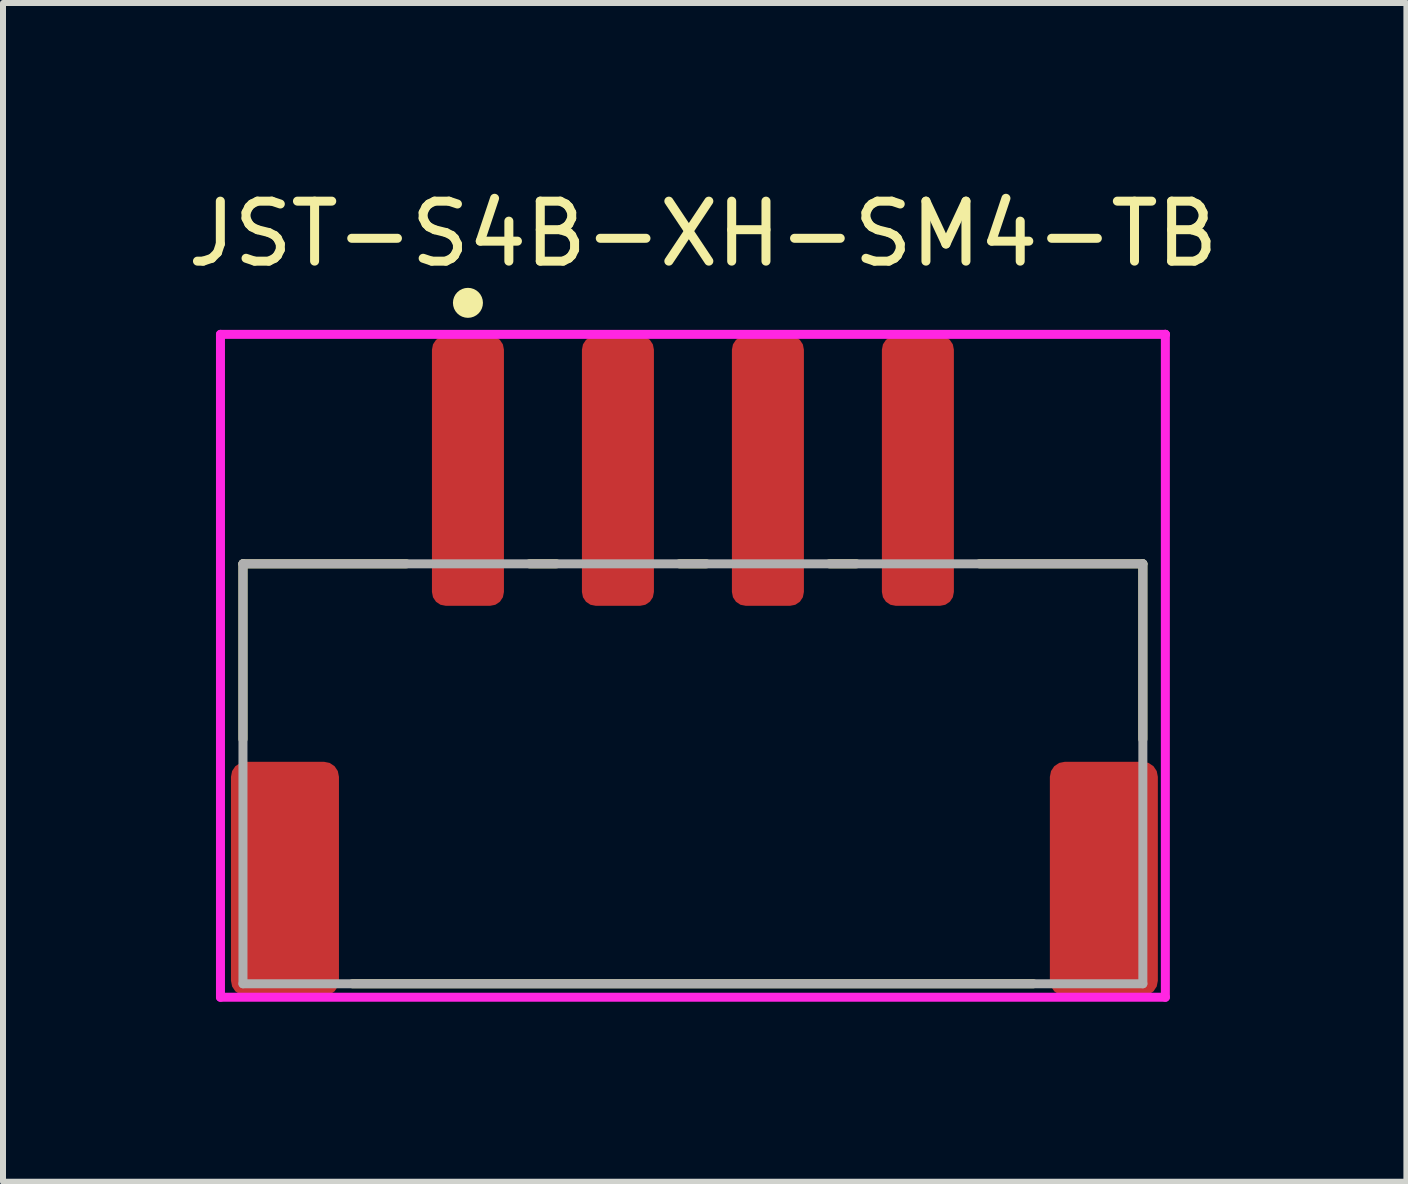
<source format=kicad_pcb>
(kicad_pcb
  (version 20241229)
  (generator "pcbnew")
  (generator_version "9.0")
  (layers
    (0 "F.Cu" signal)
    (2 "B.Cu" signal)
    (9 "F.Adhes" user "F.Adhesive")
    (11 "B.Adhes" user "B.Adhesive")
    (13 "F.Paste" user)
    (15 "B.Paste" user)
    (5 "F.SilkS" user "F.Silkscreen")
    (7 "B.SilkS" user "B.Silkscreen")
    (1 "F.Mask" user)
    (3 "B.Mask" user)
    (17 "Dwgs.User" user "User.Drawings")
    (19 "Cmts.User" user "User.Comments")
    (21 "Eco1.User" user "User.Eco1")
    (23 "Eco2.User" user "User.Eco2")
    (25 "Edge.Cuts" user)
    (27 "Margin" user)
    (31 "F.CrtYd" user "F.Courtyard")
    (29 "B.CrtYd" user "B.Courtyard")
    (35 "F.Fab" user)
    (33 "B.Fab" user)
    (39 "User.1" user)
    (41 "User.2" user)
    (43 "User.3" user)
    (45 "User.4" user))
  (footprint "JST-S4B-XH-SM4-TB"
    (layer "F.Cu")
    (at 8.5 8.348)
    (property "Reference" "JST-S4B-XH-SM4-TB" (at -8.5 -7.5 0) (layer "F.SilkS") (effects (font (size 1 1) (thickness 0.15)) (justify left)))
    (attr through_hole)
    (fp_line (start -7.5 -2) (end -4.775 -2) (stroke (width 0.15) (type solid)) (layer "F.SilkS"))
    (fp_line (start -7.5 0.925) (end -7.5 -2) (stroke (width 0.15) (type solid)) (layer "F.SilkS"))
    (fp_line (start -5.675 5) (end 5.675 5) (stroke (width 0.15) (type solid)) (layer "F.SilkS"))
    (fp_line (start -2.725 -2) (end -2.275 -2) (stroke (width 0.15) (type solid)) (layer "F.SilkS"))
    (fp_line (start -0.225 -2) (end 0.225 -2) (stroke (width 0.15) (type solid)) (layer "F.SilkS"))
    (fp_line (start 2.275 -2) (end 2.725 -2) (stroke (width 0.15) (type solid)) (layer "F.SilkS"))
    (fp_line (start 4.775 -2) (end 7.5 -2) (stroke (width 0.15) (type solid)) (layer "F.SilkS"))
    (fp_line (start 7.5 0.925) (end 7.5 -2) (stroke (width 0.15) (type solid)) (layer "F.SilkS"))
    (fp_circle (center -3.75 -6.35) (end -3.625 -6.35) (stroke (width 0.25) (type solid)) (fill no) (layer "F.SilkS"))
    (fp_line (start -7.875 -5.825) (end -7.875 5.225) (stroke (width 0.15) (type solid)) (layer "F.CrtYd"))
    (fp_line (start -7.875 5.225) (end 7.875 5.225) (stroke (width 0.15) (type solid)) (layer "F.CrtYd"))
    (fp_line (start 7.875 -5.825) (end -7.875 -5.825) (stroke (width 0.15) (type solid)) (layer "F.CrtYd"))
    (fp_line (start 7.875 -5.825) (end 7.875 -5.825) (stroke (width 0.15) (type solid)) (layer "F.CrtYd"))
    (fp_line (start 7.875 5.225) (end 7.875 -5.825) (stroke (width 0.15) (type solid)) (layer "F.CrtYd"))
    (fp_line (start -7.5 -2) (end 7.5 -2) (stroke (width 0.15) (type solid)) (layer "F.Fab"))
    (fp_line (start -7.5 5) (end -7.5 -2) (stroke (width 0.15) (type solid)) (layer "F.Fab"))
    (fp_line (start 7.5 -2) (end 7.5 5) (stroke (width 0.15) (type solid)) (layer "F.Fab"))
    (fp_line (start 7.5 5) (end -7.5 5) (stroke (width 0.15) (type solid)) (layer "F.Fab"))
    (pad "1" smd roundrect (at -3.75 -3.55) (size 1.2 4.5) (layers "F.Cu" "F.Mask" "F.Paste") (roundrect_rratio 0.192))
    (pad "2" smd roundrect (at -1.25 -3.55) (size 1.2 4.5) (layers "F.Cu" "F.Mask" "F.Paste") (roundrect_rratio 0.192))
    (pad "3" smd roundrect (at 1.25 -3.55) (size 1.2 4.5) (layers "F.Cu" "F.Mask" "F.Paste") (roundrect_rratio 0.192))
    (pad "4" smd roundrect (at 3.75 -3.55) (size 1.2 4.5) (layers "F.Cu" "F.Mask" "F.Paste") (roundrect_rratio 0.192))
    (pad "5" smd roundrect (at -6.8 3.25) (size 1.8 3.9) (layers "F.Cu" "F.Mask" "F.Paste") (roundrect_rratio 0.139))
    (pad "6" smd roundrect (at 6.85 3.25) (size 1.8 3.9) (layers "F.Cu" "F.Mask" "F.Paste") (roundrect_rratio 0.139)))
  (gr_rect
    (start -3 -3)
    (end 20.393 16.648)
    (stroke (width 0.1) (type default))
    (fill no)
    (layer "Edge.Cuts")))
</source>
